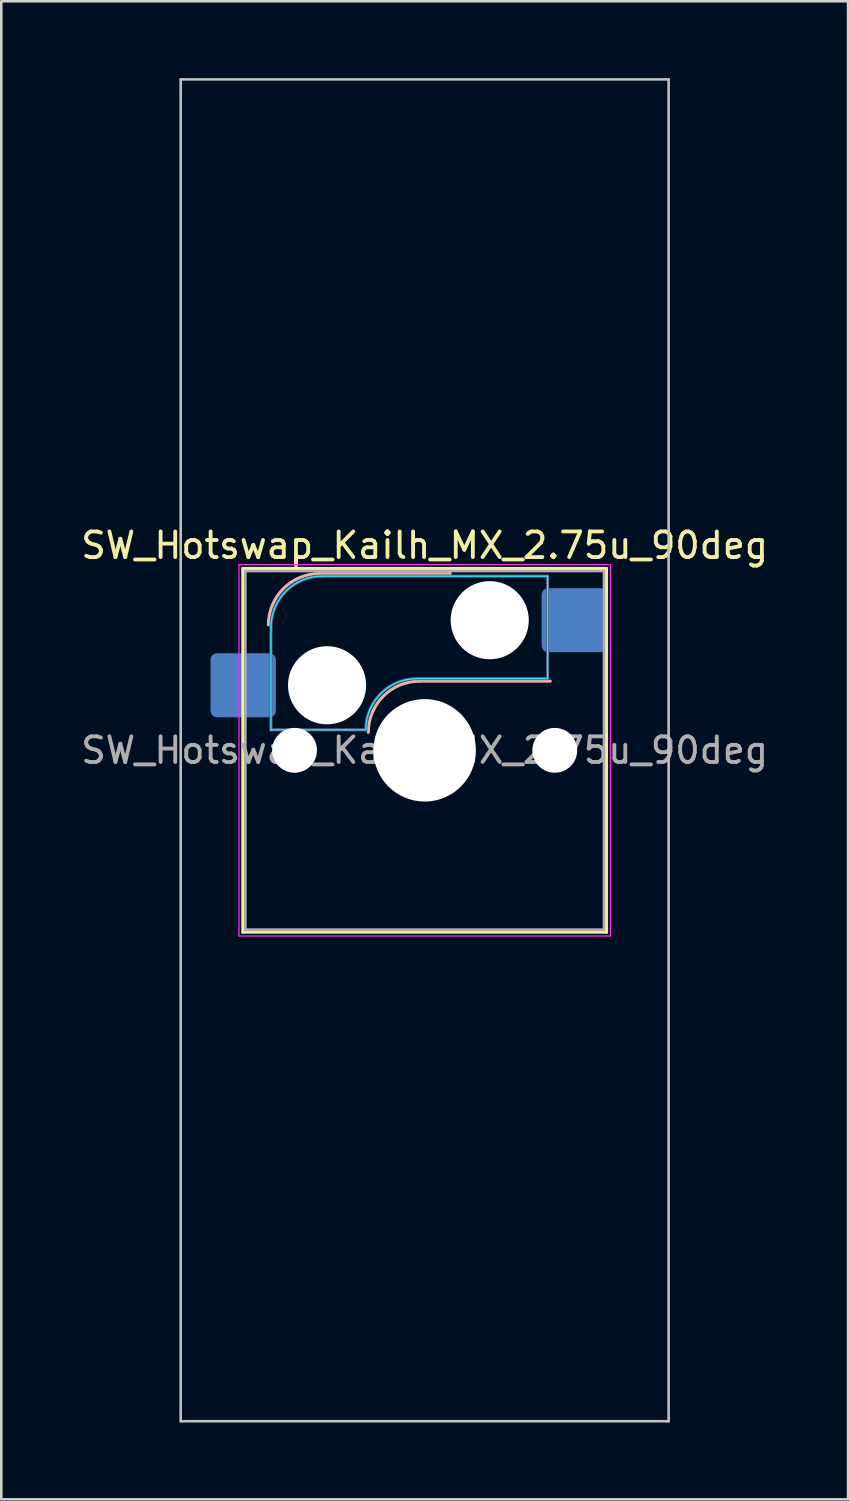
<source format=kicad_pcb>
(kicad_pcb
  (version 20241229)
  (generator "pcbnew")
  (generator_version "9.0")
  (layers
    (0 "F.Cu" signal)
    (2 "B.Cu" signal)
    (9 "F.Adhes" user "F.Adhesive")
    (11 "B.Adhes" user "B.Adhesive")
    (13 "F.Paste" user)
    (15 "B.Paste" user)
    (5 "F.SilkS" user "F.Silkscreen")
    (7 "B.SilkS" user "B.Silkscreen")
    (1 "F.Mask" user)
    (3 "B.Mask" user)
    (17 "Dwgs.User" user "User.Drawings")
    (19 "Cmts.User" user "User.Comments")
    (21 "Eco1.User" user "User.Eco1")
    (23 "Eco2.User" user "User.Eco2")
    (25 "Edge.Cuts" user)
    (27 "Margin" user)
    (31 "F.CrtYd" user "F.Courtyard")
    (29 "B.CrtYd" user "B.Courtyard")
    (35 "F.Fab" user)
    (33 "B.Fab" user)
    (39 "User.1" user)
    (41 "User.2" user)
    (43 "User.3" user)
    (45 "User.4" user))
  (footprint "SW_Hotswap_Kailh_MX_2.75u_90deg"
    (layer "F.Cu")
    (at 13.53 26.244)
    (property "Reference" "SW_Hotswap_Kailh_MX_2.75u_90deg" (at 0 -8 0) (layer "F.SilkS") (effects (font (size 1 1) (thickness 0.15))))
    (attr smd)
    (fp_line (start -7.1 -7.1) (end -7.1 7.1) (stroke (width 0.12) (type solid)) (layer "F.SilkS"))
    (fp_line (start -7.1 7.1) (end 7.1 7.1) (stroke (width 0.12) (type solid)) (layer "F.SilkS"))
    (fp_line (start 7.1 -7.1) (end -7.1 -7.1) (stroke (width 0.12) (type solid)) (layer "F.SilkS"))
    (fp_line (start 7.1 7.1) (end 7.1 -7.1) (stroke (width 0.12) (type solid)) (layer "F.SilkS"))
    (fp_line (start -4.1 -6.9) (end 1 -6.9) (stroke (width 0.12) (type solid)) (layer "B.SilkS"))
    (fp_line (start -0.2 -2.7) (end 4.9 -2.7) (stroke (width 0.12) (type solid)) (layer "B.SilkS"))
    (fp_arc (start -6.1 -4.9) (mid -5.514214 -6.314214) (end -4.1 -6.9) (stroke (width 0.12) (type solid)) (layer "B.SilkS"))
    (fp_arc (start -2.2 -0.7) (mid -1.614214 -2.114214) (end -0.2 -2.7) (stroke (width 0.12) (type solid)) (layer "B.SilkS"))
    (fp_line (start -9.525 -26.194) (end 9.525 -26.194) (stroke (width 0.1) (type solid)) (layer "Dwgs.User"))
    (fp_line (start -9.525 26.194) (end -9.525 -26.194) (stroke (width 0.1) (type solid)) (layer "Dwgs.User"))
    (fp_line (start 9.525 -26.194) (end 9.525 26.194) (stroke (width 0.1) (type solid)) (layer "Dwgs.User"))
    (fp_line (start 9.525 26.194) (end -9.525 26.194) (stroke (width 0.1) (type solid)) (layer "Dwgs.User"))
    (fp_line (start -7.8 -6) (end -7 -6) (stroke (width 0.1) (type solid)) (layer "Eco1.User"))
    (fp_line (start -7.8 -2.9) (end -7.8 -6) (stroke (width 0.1) (type solid)) (layer "Eco1.User"))
    (fp_line (start -7.8 2.9) (end -7 2.9) (stroke (width 0.1) (type solid)) (layer "Eco1.User"))
    (fp_line (start -7.8 6) (end -7.8 2.9) (stroke (width 0.1) (type solid)) (layer "Eco1.User"))
    (fp_line (start -7 -7) (end 7 -7) (stroke (width 0.1) (type solid)) (layer "Eco1.User"))
    (fp_line (start -7 -6) (end -7 -7) (stroke (width 0.1) (type solid)) (layer "Eco1.User"))
    (fp_line (start -7 -2.9) (end -7.8 -2.9) (stroke (width 0.1) (type solid)) (layer "Eco1.User"))
    (fp_line (start -7 2.9) (end -7 -2.9) (stroke (width 0.1) (type solid)) (layer "Eco1.User"))
    (fp_line (start -7 6) (end -7.8 6) (stroke (width 0.1) (type solid)) (layer "Eco1.User"))
    (fp_line (start -7 7) (end -7 6) (stroke (width 0.1) (type solid)) (layer "Eco1.User"))
    (fp_line (start 7 -7) (end 7 -6) (stroke (width 0.1) (type solid)) (layer "Eco1.User"))
    (fp_line (start 7 -6) (end 7.8 -6) (stroke (width 0.1) (type solid)) (layer "Eco1.User"))
    (fp_line (start 7 -2.9) (end 7 2.9) (stroke (width 0.1) (type solid)) (layer "Eco1.User"))
    (fp_line (start 7 2.9) (end 7.8 2.9) (stroke (width 0.1) (type solid)) (layer "Eco1.User"))
    (fp_line (start 7 6) (end 7 7) (stroke (width 0.1) (type solid)) (layer "Eco1.User"))
    (fp_line (start 7 7) (end -7 7) (stroke (width 0.1) (type solid)) (layer "Eco1.User"))
    (fp_line (start 7.8 -6) (end 7.8 -2.9) (stroke (width 0.1) (type solid)) (layer "Eco1.User"))
    (fp_line (start 7.8 -2.9) (end 7 -2.9) (stroke (width 0.1) (type solid)) (layer "Eco1.User"))
    (fp_line (start 7.8 2.9) (end 7.8 6) (stroke (width 0.1) (type solid)) (layer "Eco1.User"))
    (fp_line (start 7.8 6) (end 7 6) (stroke (width 0.1) (type solid)) (layer "Eco1.User"))
    (fp_line (start -6 -0.8) (end -6 -4.8) (stroke (width 0.05) (type solid)) (layer "B.CrtYd"))
    (fp_line (start -6 -0.8) (end -2.3 -0.8) (stroke (width 0.05) (type solid)) (layer "B.CrtYd"))
    (fp_line (start -4 -6.8) (end 4.8 -6.8) (stroke (width 0.05) (type solid)) (layer "B.CrtYd"))
    (fp_line (start -0.3 -2.8) (end 4.8 -2.8) (stroke (width 0.05) (type solid)) (layer "B.CrtYd"))
    (fp_line (start 4.8 -6.8) (end 4.8 -2.8) (stroke (width 0.05) (type solid)) (layer "B.CrtYd"))
    (fp_arc (start -6 -4.8) (mid -5.414214 -6.214214) (end -4 -6.8) (stroke (width 0.05) (type solid)) (layer "B.CrtYd"))
    (fp_arc (start -2.3 -0.8) (mid -1.714214 -2.214214) (end -0.3 -2.8) (stroke (width 0.05) (type solid)) (layer "B.CrtYd"))
    (fp_line (start -7.25 -7.25) (end -7.25 7.25) (stroke (width 0.05) (type solid)) (layer "F.CrtYd"))
    (fp_line (start -7.25 7.25) (end 7.25 7.25) (stroke (width 0.05) (type solid)) (layer "F.CrtYd"))
    (fp_line (start 7.25 -7.25) (end -7.25 -7.25) (stroke (width 0.05) (type solid)) (layer "F.CrtYd"))
    (fp_line (start 7.25 7.25) (end 7.25 -7.25) (stroke (width 0.05) (type solid)) (layer "F.CrtYd"))
    (fp_line (start -6 -0.8) (end -6 -4.8) (stroke (width 0.12) (type solid)) (layer "B.Fab"))
    (fp_line (start -6 -0.8) (end -2.3 -0.8) (stroke (width 0.12) (type solid)) (layer "B.Fab"))
    (fp_line (start -4 -6.8) (end 4.8 -6.8) (stroke (width 0.12) (type solid)) (layer "B.Fab"))
    (fp_line (start -0.3 -2.8) (end 4.8 -2.8) (stroke (width 0.12) (type solid)) (layer "B.Fab"))
    (fp_line (start 4.8 -6.8) (end 4.8 -2.8) (stroke (width 0.12) (type solid)) (layer "B.Fab"))
    (fp_arc (start -6 -4.8) (mid -5.414214 -6.214214) (end -4 -6.8) (stroke (width 0.12) (type solid)) (layer "B.Fab"))
    (fp_arc (start -2.3 -0.8) (mid -1.714214 -2.214214) (end -0.3 -2.8) (stroke (width 0.12) (type solid)) (layer "B.Fab"))
    (fp_line (start -7 -7) (end -7 7) (stroke (width 0.1) (type solid)) (layer "F.Fab"))
    (fp_line (start -7 7) (end 7 7) (stroke (width 0.1) (type solid)) (layer "F.Fab"))
    (fp_line (start 7 -7) (end -7 -7) (stroke (width 0.1) (type solid)) (layer "F.Fab"))
    (fp_line (start 7 7) (end 7 -7) (stroke (width 0.1) (type solid)) (layer "F.Fab"))
    (fp_text user "${REFERENCE}" (at 0 0 0) (layer "F.Fab") (effects (font (size 1 1) (thickness 0.15))))
    (pad "" np_thru_hole circle (at -5.08 0) (size 1.75 1.75) (drill 1.75) (layers "*.Cu" "*.Mask"))
    (pad "" np_thru_hole circle (at -3.81 -2.54) (size 3.05 3.05) (drill 3.05) (layers "*.Cu" "*.Mask"))
    (pad "" np_thru_hole circle (at 0 0) (size 4 4) (drill 4) (layers "*.Cu" "*.Mask"))
    (pad "" np_thru_hole circle (at 2.54 -5.08) (size 3.05 3.05) (drill 3.05) (layers "*.Cu" "*.Mask"))
    (pad "" np_thru_hole circle (at 5.08 0) (size 1.75 1.75) (drill 1.75) (layers "*.Cu" "*.Mask"))
    (pad "1" smd roundrect (at -7.085 -2.54) (size 2.55 2.5) (layers "B.Cu" "B.Mask" "B.Paste") (roundrect_rratio 0.1))
    (pad "2" smd roundrect (at 5.842 -5.08) (size 2.55 2.5) (layers "B.Cu" "B.Mask" "B.Paste") (roundrect_rratio 0.1)))
  (gr_rect
    (start -3 -3)
    (end 30.06 55.487)
    (stroke (width 0.1) (type default))
    (fill no)
    (layer "Edge.Cuts")))
</source>
